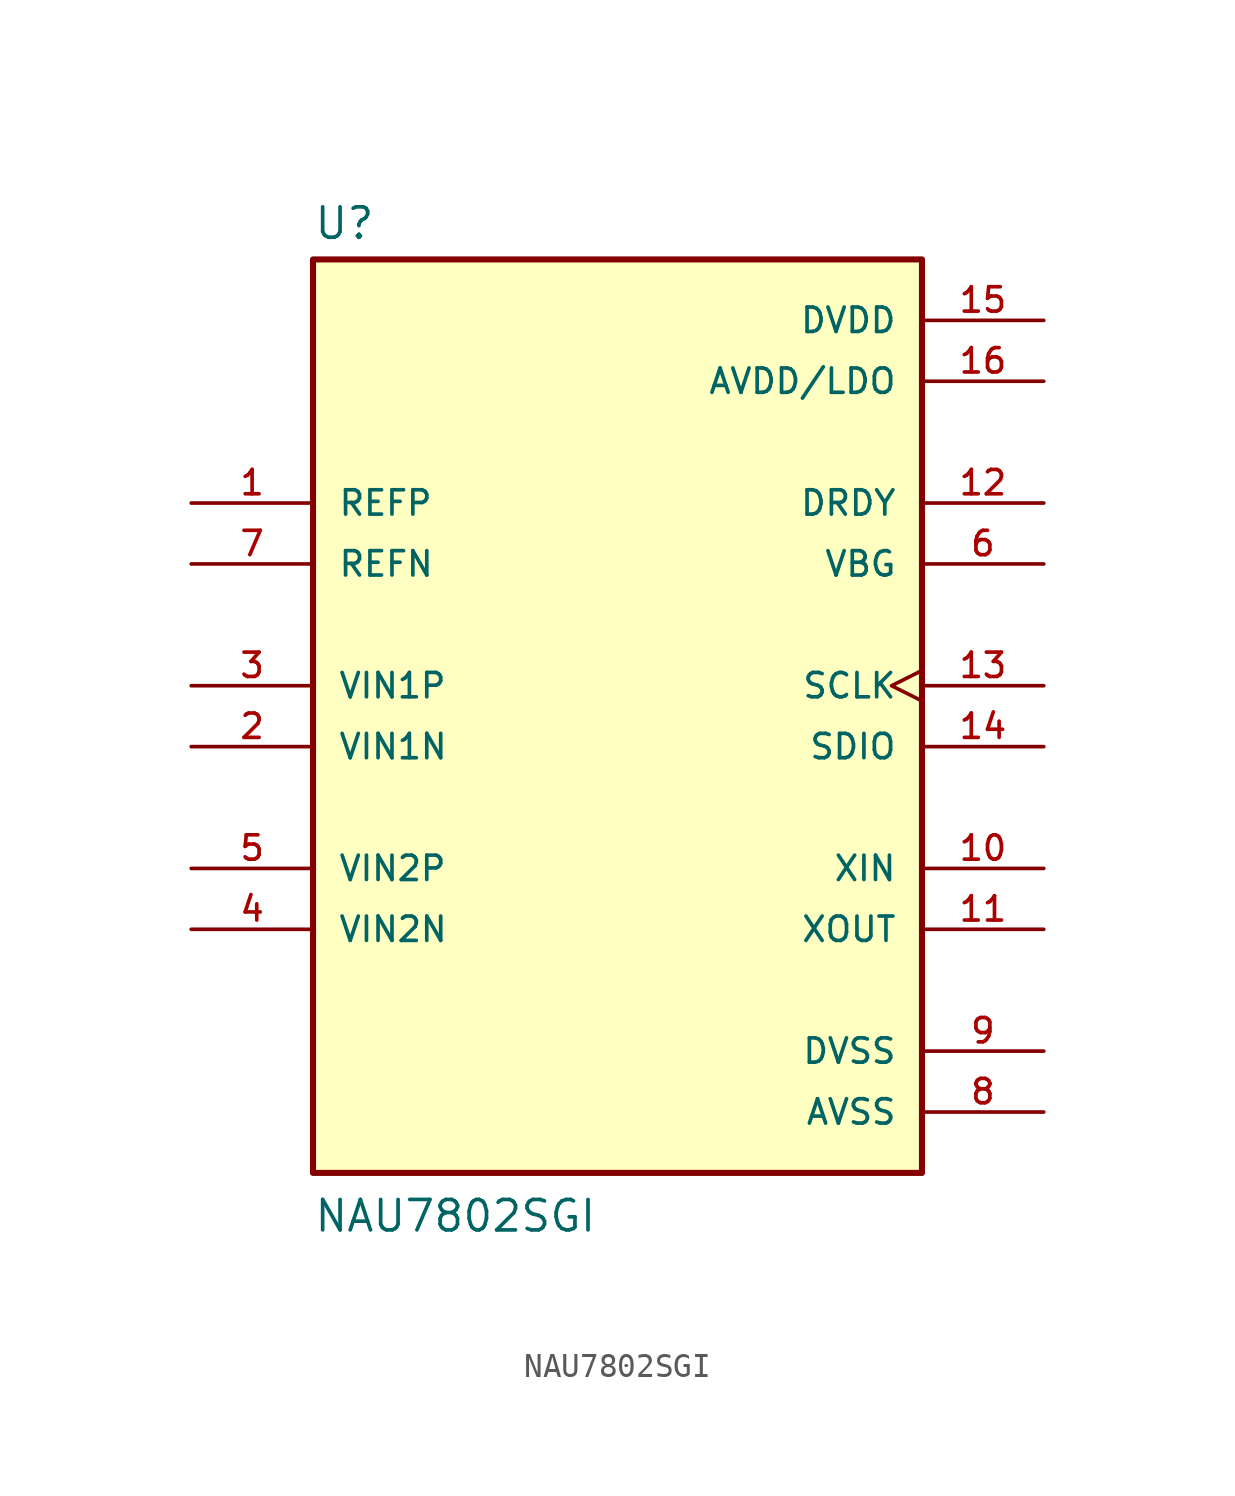
<source format=kicad_sym>
(kicad_symbol_lib
  (version 20211014)
  (generator kicad_symbol_editor)
  (symbol "NAU7802SGI"
    (pin_names
      (offset 1.016))
    (property "Reference" "U"
      (at -12.7 18.542 0)
      (effects (font (size 1.27 1.27)) (justify bottom left)))
    (property "Value" "NAU7802SGI"
      (at -12.7 -22.86 0)
      (effects (font (size 1.27 1.27)) (justify bottom left)))
    (symbol "NAU7802SGI_0_0"
      (rectangle (start -12.7 -20.32) (end 12.7 17.78) (stroke (width 0.254)) (fill (type background)))
      (pin input line (at -17.78 7.62 0) (length 5.08) (name "REFP" (effects (font (size 1.016 1.016)))) (number "1" (effects (font (size 1.016 1.016)))))
      (pin input line (at -17.78 -2.54 0) (length 5.08) (name "VIN1N" (effects (font (size 1.016 1.016)))) (number "2" (effects (font (size 1.016 1.016)))))
      (pin input line (at -17.78 0.0 0) (length 5.08) (name "VIN1P" (effects (font (size 1.016 1.016)))) (number "3" (effects (font (size 1.016 1.016)))))
      (pin output line (at 17.78 5.08 180.0) (length 5.08) (name "VBG" (effects (font (size 1.016 1.016)))) (number "6" (effects (font (size 1.016 1.016)))))
      (pin input line (at -17.78 5.08 0) (length 5.08) (name "REFN" (effects (font (size 1.016 1.016)))) (number "7" (effects (font (size 1.016 1.016)))))
      (pin power_in line (at 17.78 -17.78 180.0) (length 5.08) (name "AVSS" (effects (font (size 1.016 1.016)))) (number "8" (effects (font (size 1.016 1.016)))))
      (pin power_in line (at 17.78 -15.24 180.0) (length 5.08) (name "DVSS" (effects (font (size 1.016 1.016)))) (number "9" (effects (font (size 1.016 1.016)))))
      (pin input line (at 17.78 -7.62 180.0) (length 5.08) (name "XIN" (effects (font (size 1.016 1.016)))) (number "10" (effects (font (size 1.016 1.016)))))
      (pin output line (at 17.78 7.62 180.0) (length 5.08) (name "DRDY" (effects (font (size 1.016 1.016)))) (number "12" (effects (font (size 1.016 1.016)))))
      (pin output line (at 17.78 -10.16 180.0) (length 5.08) (name "XOUT" (effects (font (size 1.016 1.016)))) (number "11" (effects (font (size 1.016 1.016)))))
      (pin input clock (at 17.78 0.0 180.0) (length 5.08) (name "SCLK" (effects (font (size 1.016 1.016)))) (number "13" (effects (font (size 1.016 1.016)))))
      (pin bidirectional line (at 17.78 -2.54 180.0) (length 5.08) (name "SDIO" (effects (font (size 1.016 1.016)))) (number "14" (effects (font (size 1.016 1.016)))))
      (pin power_in line (at 17.78 15.24 180.0) (length 5.08) (name "DVDD" (effects (font (size 1.016 1.016)))) (number "15" (effects (font (size 1.016 1.016)))))
      (pin power_in line (at 17.78 12.7 180.0) (length 5.08) (name "AVDD/LDO" (effects (font (size 1.016 1.016)))) (number "16" (effects (font (size 1.016 1.016)))))
      (pin input line (at -17.78 -10.16 0) (length 5.08) (name "VIN2N" (effects (font (size 1.016 1.016)))) (number "4" (effects (font (size 1.016 1.016)))))
      (pin input line (at -17.78 -7.62 0) (length 5.08) (name "VIN2P" (effects (font (size 1.016 1.016)))) (number "5" (effects (font (size 1.016 1.016))))))))
</source>
